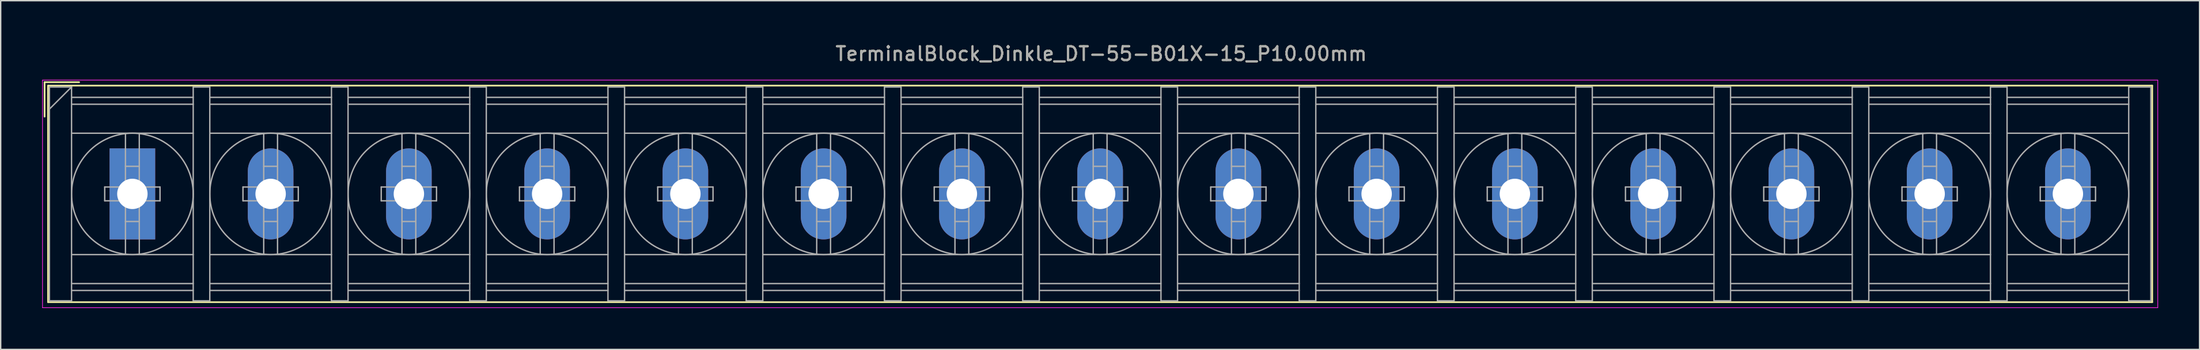
<source format=kicad_pcb>
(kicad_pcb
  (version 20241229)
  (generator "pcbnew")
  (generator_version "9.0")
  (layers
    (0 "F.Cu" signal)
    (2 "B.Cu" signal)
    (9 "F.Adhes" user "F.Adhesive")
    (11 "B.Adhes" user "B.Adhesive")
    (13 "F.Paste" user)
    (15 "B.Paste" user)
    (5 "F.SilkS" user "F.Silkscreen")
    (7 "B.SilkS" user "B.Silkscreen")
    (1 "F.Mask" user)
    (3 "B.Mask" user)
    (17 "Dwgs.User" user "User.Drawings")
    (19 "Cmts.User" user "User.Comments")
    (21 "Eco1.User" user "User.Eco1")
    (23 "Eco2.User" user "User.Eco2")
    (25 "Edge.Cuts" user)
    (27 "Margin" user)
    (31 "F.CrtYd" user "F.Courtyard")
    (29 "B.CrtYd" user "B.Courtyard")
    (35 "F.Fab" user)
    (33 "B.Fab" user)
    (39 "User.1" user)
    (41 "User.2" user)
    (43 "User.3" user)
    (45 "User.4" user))
  (footprint "TerminalBlock_Dinkle_DT-55-B01X-15_P10.00mm"
    (layer "F.Cu")
    (at 6.525 11.008)
    (property "Reference" "TerminalBlock_Dinkle_DT-55-B01X-15_P10.00mm" (at 70.08 -10.16 0) (layer "F.SilkS") (effects (font (size 1 1) (thickness 0.15))))
    (attr through_hole)
    (fp_line (start -6.35 -8.1) (end -3.85 -8.1) (stroke (width 0.12) (type solid)) (layer "F.SilkS"))
    (fp_line (start -6.35 -5.6) (end -6.35 -8.1) (stroke (width 0.12) (type solid)) (layer "F.SilkS"))
    (fp_line (start -6.1 -7.85) (end 146.1 -7.85) (stroke (width 0.12) (type solid)) (layer "F.SilkS"))
    (fp_line (start -6.1 7.85) (end -6.1 -7.85) (stroke (width 0.12) (type solid)) (layer "F.SilkS"))
    (fp_line (start -6.1 7.85) (end 146.1 7.85) (stroke (width 0.12) (type solid)) (layer "F.SilkS"))
    (fp_line (start 146.1 -7.85) (end 146.1 7.85) (stroke (width 0.12) (type solid)) (layer "F.SilkS"))
    (fp_line (start -6.5 -8.25) (end 146.5 -8.25) (stroke (width 0.05) (type solid)) (layer "F.CrtYd"))
    (fp_line (start -6.5 8.25) (end -6.5 -8.25) (stroke (width 0.05) (type solid)) (layer "F.CrtYd"))
    (fp_line (start -6.5 8.25) (end 146.5 8.25) (stroke (width 0.05) (type solid)) (layer "F.CrtYd"))
    (fp_line (start 146.5 -8.25) (end 146.5 8.25) (stroke (width 0.05) (type solid)) (layer "F.CrtYd"))
    (fp_line (start -6 -7.75) (end -6 7.75) (stroke (width 0.1) (type solid)) (layer "F.Fab"))
    (fp_line (start -6 -7.75) (end -4.4 -7.75) (stroke (width 0.1) (type solid)) (layer "F.Fab"))
    (fp_line (start -6 7.75) (end -4.4 7.75) (stroke (width 0.1) (type solid)) (layer "F.Fab"))
    (fp_line (start -4.4 -7.75) (end -6 -6.15) (stroke (width 0.1) (type solid)) (layer "F.Fab"))
    (fp_line (start -4.4 -7.75) (end -4.4 7.75) (stroke (width 0.1) (type solid)) (layer "F.Fab"))
    (fp_line (start -4.4 -7) (end 4.4 -7) (stroke (width 0.1) (type solid)) (layer "F.Fab"))
    (fp_line (start -4.4 -6.5) (end 4.4 -6.5) (stroke (width 0.1) (type solid)) (layer "F.Fab"))
    (fp_line (start -4.4 -4.4) (end 4.4 -4.4) (stroke (width 0.1) (type solid)) (layer "F.Fab"))
    (fp_line (start -4.4 4.4) (end 4.4 4.4) (stroke (width 0.1) (type solid)) (layer "F.Fab"))
    (fp_line (start -4.4 6.5) (end 4.4 6.5) (stroke (width 0.1) (type solid)) (layer "F.Fab"))
    (fp_line (start -4.4 7) (end 4.4 7) (stroke (width 0.1) (type solid)) (layer "F.Fab"))
    (fp_line (start -2 -0.5) (end -2 0.5) (stroke (width 0.1) (type solid)) (layer "F.Fab"))
    (fp_line (start -2 0.5) (end -0.5 0.5) (stroke (width 0.1) (type solid)) (layer "F.Fab"))
    (fp_line (start -0.5 -4.35) (end -0.5 -0.5) (stroke (width 0.1) (type solid)) (layer "F.Fab"))
    (fp_line (start -0.5 -2) (end 0.5 -2) (stroke (width 0.1) (type solid)) (layer "F.Fab"))
    (fp_line (start -0.5 -0.5) (end -2 -0.5) (stroke (width 0.1) (type solid)) (layer "F.Fab"))
    (fp_line (start -0.5 0.5) (end -0.5 4.35) (stroke (width 0.1) (type solid)) (layer "F.Fab"))
    (fp_line (start -0.5 2) (end 0.5 2) (stroke (width 0.1) (type solid)) (layer "F.Fab"))
    (fp_line (start 0.5 -4.35) (end 0.5 -0.5) (stroke (width 0.1) (type solid)) (layer "F.Fab"))
    (fp_line (start 0.5 -0.5) (end 2 -0.5) (stroke (width 0.1) (type solid)) (layer "F.Fab"))
    (fp_line (start 0.5 0.5) (end 0.5 4.35) (stroke (width 0.1) (type solid)) (layer "F.Fab"))
    (fp_line (start 2 -0.5) (end 2 0.5) (stroke (width 0.1) (type solid)) (layer "F.Fab"))
    (fp_line (start 2 0.5) (end 0.5 0.5) (stroke (width 0.1) (type solid)) (layer "F.Fab"))
    (fp_line (start 4.4 -7.75) (end 4.4 7.75) (stroke (width 0.1) (type solid)) (layer "F.Fab"))
    (fp_line (start 4.4 -7.75) (end 5.6 -7.75) (stroke (width 0.1) (type solid)) (layer "F.Fab"))
    (fp_line (start 4.4 7.75) (end 5.6 7.75) (stroke (width 0.1) (type solid)) (layer "F.Fab"))
    (fp_line (start 5.6 -7.75) (end 5.6 7.75) (stroke (width 0.1) (type solid)) (layer "F.Fab"))
    (fp_line (start 5.6 -7) (end 14.4 -7) (stroke (width 0.1) (type solid)) (layer "F.Fab"))
    (fp_line (start 5.6 -6.5) (end 14.4 -6.5) (stroke (width 0.1) (type solid)) (layer "F.Fab"))
    (fp_line (start 5.6 -4.4) (end 14.4 -4.4) (stroke (width 0.1) (type solid)) (layer "F.Fab"))
    (fp_line (start 5.6 4.4) (end 14.4 4.4) (stroke (width 0.1) (type solid)) (layer "F.Fab"))
    (fp_line (start 5.6 6.5) (end 14.4 6.5) (stroke (width 0.1) (type solid)) (layer "F.Fab"))
    (fp_line (start 5.6 7) (end 14.4 7) (stroke (width 0.1) (type solid)) (layer "F.Fab"))
    (fp_line (start 8 -0.5) (end 8 0.5) (stroke (width 0.1) (type solid)) (layer "F.Fab"))
    (fp_line (start 8 0.5) (end 9.5 0.5) (stroke (width 0.1) (type solid)) (layer "F.Fab"))
    (fp_line (start 9.5 -4.35) (end 9.5 -0.5) (stroke (width 0.1) (type solid)) (layer "F.Fab"))
    (fp_line (start 9.5 -2) (end 10.5 -2) (stroke (width 0.1) (type solid)) (layer "F.Fab"))
    (fp_line (start 9.5 -0.5) (end 8 -0.5) (stroke (width 0.1) (type solid)) (layer "F.Fab"))
    (fp_line (start 9.5 0.5) (end 9.5 4.35) (stroke (width 0.1) (type solid)) (layer "F.Fab"))
    (fp_line (start 9.5 2) (end 10.5 2) (stroke (width 0.1) (type solid)) (layer "F.Fab"))
    (fp_line (start 10.5 -4.35) (end 10.5 -0.5) (stroke (width 0.1) (type solid)) (layer "F.Fab"))
    (fp_line (start 10.5 -0.5) (end 12 -0.5) (stroke (width 0.1) (type solid)) (layer "F.Fab"))
    (fp_line (start 10.5 0.5) (end 10.5 4.35) (stroke (width 0.1) (type solid)) (layer "F.Fab"))
    (fp_line (start 12 -0.5) (end 12 0.5) (stroke (width 0.1) (type solid)) (layer "F.Fab"))
    (fp_line (start 12 0.5) (end 10.5 0.5) (stroke (width 0.1) (type solid)) (layer "F.Fab"))
    (fp_line (start 14.4 -7.75) (end 14.4 7.75) (stroke (width 0.1) (type solid)) (layer "F.Fab"))
    (fp_line (start 14.4 -7.75) (end 15.6 -7.75) (stroke (width 0.1) (type solid)) (layer "F.Fab"))
    (fp_line (start 14.4 7.75) (end 15.6 7.75) (stroke (width 0.1) (type solid)) (layer "F.Fab"))
    (fp_line (start 15.6 -7.75) (end 15.6 7.75) (stroke (width 0.1) (type solid)) (layer "F.Fab"))
    (fp_line (start 15.6 -7) (end 24.4 -7) (stroke (width 0.1) (type solid)) (layer "F.Fab"))
    (fp_line (start 15.6 -6.5) (end 24.4 -6.5) (stroke (width 0.1) (type solid)) (layer "F.Fab"))
    (fp_line (start 15.6 -4.4) (end 24.4 -4.4) (stroke (width 0.1) (type solid)) (layer "F.Fab"))
    (fp_line (start 15.6 4.4) (end 24.4 4.4) (stroke (width 0.1) (type solid)) (layer "F.Fab"))
    (fp_line (start 15.6 6.5) (end 24.4 6.5) (stroke (width 0.1) (type solid)) (layer "F.Fab"))
    (fp_line (start 15.6 7) (end 24.4 7) (stroke (width 0.1) (type solid)) (layer "F.Fab"))
    (fp_line (start 18 -0.5) (end 18 0.5) (stroke (width 0.1) (type solid)) (layer "F.Fab"))
    (fp_line (start 18 0.5) (end 19.5 0.5) (stroke (width 0.1) (type solid)) (layer "F.Fab"))
    (fp_line (start 19.5 -4.35) (end 19.5 -0.5) (stroke (width 0.1) (type solid)) (layer "F.Fab"))
    (fp_line (start 19.5 -2) (end 20.5 -2) (stroke (width 0.1) (type solid)) (layer "F.Fab"))
    (fp_line (start 19.5 -0.5) (end 18 -0.5) (stroke (width 0.1) (type solid)) (layer "F.Fab"))
    (fp_line (start 19.5 0.5) (end 19.5 4.35) (stroke (width 0.1) (type solid)) (layer "F.Fab"))
    (fp_line (start 19.5 2) (end 20.5 2) (stroke (width 0.1) (type solid)) (layer "F.Fab"))
    (fp_line (start 20.5 -4.35) (end 20.5 -0.5) (stroke (width 0.1) (type solid)) (layer "F.Fab"))
    (fp_line (start 20.5 -0.5) (end 22 -0.5) (stroke (width 0.1) (type solid)) (layer "F.Fab"))
    (fp_line (start 20.5 0.5) (end 20.5 4.35) (stroke (width 0.1) (type solid)) (layer "F.Fab"))
    (fp_line (start 22 -0.5) (end 22 0.5) (stroke (width 0.1) (type solid)) (layer "F.Fab"))
    (fp_line (start 22 0.5) (end 20.5 0.5) (stroke (width 0.1) (type solid)) (layer "F.Fab"))
    (fp_line (start 24.4 -7.75) (end 24.4 7.75) (stroke (width 0.1) (type solid)) (layer "F.Fab"))
    (fp_line (start 24.4 -7.75) (end 25.6 -7.75) (stroke (width 0.1) (type solid)) (layer "F.Fab"))
    (fp_line (start 24.4 7.75) (end 25.6 7.75) (stroke (width 0.1) (type solid)) (layer "F.Fab"))
    (fp_line (start 25.6 -7.75) (end 25.6 7.75) (stroke (width 0.1) (type solid)) (layer "F.Fab"))
    (fp_line (start 25.6 -7) (end 34.4 -7) (stroke (width 0.1) (type solid)) (layer "F.Fab"))
    (fp_line (start 25.6 -6.5) (end 34.4 -6.5) (stroke (width 0.1) (type solid)) (layer "F.Fab"))
    (fp_line (start 25.6 -4.4) (end 34.4 -4.4) (stroke (width 0.1) (type solid)) (layer "F.Fab"))
    (fp_line (start 25.6 4.4) (end 34.4 4.4) (stroke (width 0.1) (type solid)) (layer "F.Fab"))
    (fp_line (start 25.6 6.5) (end 34.4 6.5) (stroke (width 0.1) (type solid)) (layer "F.Fab"))
    (fp_line (start 25.6 7) (end 34.4 7) (stroke (width 0.1) (type solid)) (layer "F.Fab"))
    (fp_line (start 28 -0.5) (end 28 0.5) (stroke (width 0.1) (type solid)) (layer "F.Fab"))
    (fp_line (start 28 0.5) (end 29.5 0.5) (stroke (width 0.1) (type solid)) (layer "F.Fab"))
    (fp_line (start 29.5 -4.35) (end 29.5 -0.5) (stroke (width 0.1) (type solid)) (layer "F.Fab"))
    (fp_line (start 29.5 -2) (end 30.5 -2) (stroke (width 0.1) (type solid)) (layer "F.Fab"))
    (fp_line (start 29.5 -0.5) (end 28 -0.5) (stroke (width 0.1) (type solid)) (layer "F.Fab"))
    (fp_line (start 29.5 0.5) (end 29.5 4.35) (stroke (width 0.1) (type solid)) (layer "F.Fab"))
    (fp_line (start 29.5 2) (end 30.5 2) (stroke (width 0.1) (type solid)) (layer "F.Fab"))
    (fp_line (start 30.5 -4.35) (end 30.5 -0.5) (stroke (width 0.1) (type solid)) (layer "F.Fab"))
    (fp_line (start 30.5 -0.5) (end 32 -0.5) (stroke (width 0.1) (type solid)) (layer "F.Fab"))
    (fp_line (start 30.5 0.5) (end 30.5 4.35) (stroke (width 0.1) (type solid)) (layer "F.Fab"))
    (fp_line (start 32 -0.5) (end 32 0.5) (stroke (width 0.1) (type solid)) (layer "F.Fab"))
    (fp_line (start 32 0.5) (end 30.5 0.5) (stroke (width 0.1) (type solid)) (layer "F.Fab"))
    (fp_line (start 34.4 -7.75) (end 34.4 7.75) (stroke (width 0.1) (type solid)) (layer "F.Fab"))
    (fp_line (start 34.4 -7.75) (end 35.6 -7.75) (stroke (width 0.1) (type solid)) (layer "F.Fab"))
    (fp_line (start 34.4 7.75) (end 35.6 7.75) (stroke (width 0.1) (type solid)) (layer "F.Fab"))
    (fp_line (start 35.6 -7.75) (end 35.6 7.75) (stroke (width 0.1) (type solid)) (layer "F.Fab"))
    (fp_line (start 35.6 -7) (end 44.4 -7) (stroke (width 0.1) (type solid)) (layer "F.Fab"))
    (fp_line (start 35.6 -6.5) (end 44.4 -6.5) (stroke (width 0.1) (type solid)) (layer "F.Fab"))
    (fp_line (start 35.6 -4.4) (end 44.4 -4.4) (stroke (width 0.1) (type solid)) (layer "F.Fab"))
    (fp_line (start 35.6 4.4) (end 44.4 4.4) (stroke (width 0.1) (type solid)) (layer "F.Fab"))
    (fp_line (start 35.6 6.5) (end 44.4 6.5) (stroke (width 0.1) (type solid)) (layer "F.Fab"))
    (fp_line (start 35.6 7) (end 44.4 7) (stroke (width 0.1) (type solid)) (layer "F.Fab"))
    (fp_line (start 38 -0.5) (end 38 0.5) (stroke (width 0.1) (type solid)) (layer "F.Fab"))
    (fp_line (start 38 0.5) (end 39.5 0.5) (stroke (width 0.1) (type solid)) (layer "F.Fab"))
    (fp_line (start 39.5 -4.35) (end 39.5 -0.5) (stroke (width 0.1) (type solid)) (layer "F.Fab"))
    (fp_line (start 39.5 -2) (end 40.5 -2) (stroke (width 0.1) (type solid)) (layer "F.Fab"))
    (fp_line (start 39.5 -0.5) (end 38 -0.5) (stroke (width 0.1) (type solid)) (layer "F.Fab"))
    (fp_line (start 39.5 0.5) (end 39.5 4.35) (stroke (width 0.1) (type solid)) (layer "F.Fab"))
    (fp_line (start 39.5 2) (end 40.5 2) (stroke (width 0.1) (type solid)) (layer "F.Fab"))
    (fp_line (start 40.5 -4.35) (end 40.5 -0.5) (stroke (width 0.1) (type solid)) (layer "F.Fab"))
    (fp_line (start 40.5 -0.5) (end 42 -0.5) (stroke (width 0.1) (type solid)) (layer "F.Fab"))
    (fp_line (start 40.5 0.5) (end 40.5 4.35) (stroke (width 0.1) (type solid)) (layer "F.Fab"))
    (fp_line (start 42 -0.5) (end 42 0.5) (stroke (width 0.1) (type solid)) (layer "F.Fab"))
    (fp_line (start 42 0.5) (end 40.5 0.5) (stroke (width 0.1) (type solid)) (layer "F.Fab"))
    (fp_line (start 44.4 -7.75) (end 44.4 7.75) (stroke (width 0.1) (type solid)) (layer "F.Fab"))
    (fp_line (start 44.4 -7.75) (end 45.6 -7.75) (stroke (width 0.1) (type solid)) (layer "F.Fab"))
    (fp_line (start 44.4 7.75) (end 45.6 7.75) (stroke (width 0.1) (type solid)) (layer "F.Fab"))
    (fp_line (start 45.6 -7.75) (end 45.6 7.75) (stroke (width 0.1) (type solid)) (layer "F.Fab"))
    (fp_line (start 45.6 -7) (end 54.4 -7) (stroke (width 0.1) (type solid)) (layer "F.Fab"))
    (fp_line (start 45.6 -6.5) (end 54.4 -6.5) (stroke (width 0.1) (type solid)) (layer "F.Fab"))
    (fp_line (start 45.6 -4.4) (end 54.4 -4.4) (stroke (width 0.1) (type solid)) (layer "F.Fab"))
    (fp_line (start 45.6 4.4) (end 54.4 4.4) (stroke (width 0.1) (type solid)) (layer "F.Fab"))
    (fp_line (start 45.6 6.5) (end 54.4 6.5) (stroke (width 0.1) (type solid)) (layer "F.Fab"))
    (fp_line (start 45.6 7) (end 54.4 7) (stroke (width 0.1) (type solid)) (layer "F.Fab"))
    (fp_line (start 48 -0.5) (end 48 0.5) (stroke (width 0.1) (type solid)) (layer "F.Fab"))
    (fp_line (start 48 0.5) (end 49.5 0.5) (stroke (width 0.1) (type solid)) (layer "F.Fab"))
    (fp_line (start 49.5 -4.35) (end 49.5 -0.5) (stroke (width 0.1) (type solid)) (layer "F.Fab"))
    (fp_line (start 49.5 -2) (end 50.5 -2) (stroke (width 0.1) (type solid)) (layer "F.Fab"))
    (fp_line (start 49.5 -0.5) (end 48 -0.5) (stroke (width 0.1) (type solid)) (layer "F.Fab"))
    (fp_line (start 49.5 0.5) (end 49.5 4.35) (stroke (width 0.1) (type solid)) (layer "F.Fab"))
    (fp_line (start 49.5 2) (end 50.5 2) (stroke (width 0.1) (type solid)) (layer "F.Fab"))
    (fp_line (start 50.5 -4.35) (end 50.5 -0.5) (stroke (width 0.1) (type solid)) (layer "F.Fab"))
    (fp_line (start 50.5 -0.5) (end 52 -0.5) (stroke (width 0.1) (type solid)) (layer "F.Fab"))
    (fp_line (start 50.5 0.5) (end 50.5 4.35) (stroke (width 0.1) (type solid)) (layer "F.Fab"))
    (fp_line (start 52 -0.5) (end 52 0.5) (stroke (width 0.1) (type solid)) (layer "F.Fab"))
    (fp_line (start 52 0.5) (end 50.5 0.5) (stroke (width 0.1) (type solid)) (layer "F.Fab"))
    (fp_line (start 54.4 -7.75) (end 54.4 7.75) (stroke (width 0.1) (type solid)) (layer "F.Fab"))
    (fp_line (start 54.4 -7.75) (end 55.6 -7.75) (stroke (width 0.1) (type solid)) (layer "F.Fab"))
    (fp_line (start 54.4 7.75) (end 55.6 7.75) (stroke (width 0.1) (type solid)) (layer "F.Fab"))
    (fp_line (start 55.6 -7.75) (end 55.6 7.75) (stroke (width 0.1) (type solid)) (layer "F.Fab"))
    (fp_line (start 55.6 -7) (end 64.4 -7) (stroke (width 0.1) (type solid)) (layer "F.Fab"))
    (fp_line (start 55.6 -6.5) (end 64.4 -6.5) (stroke (width 0.1) (type solid)) (layer "F.Fab"))
    (fp_line (start 55.6 -4.4) (end 64.4 -4.4) (stroke (width 0.1) (type solid)) (layer "F.Fab"))
    (fp_line (start 55.6 4.4) (end 64.4 4.4) (stroke (width 0.1) (type solid)) (layer "F.Fab"))
    (fp_line (start 55.6 6.5) (end 64.4 6.5) (stroke (width 0.1) (type solid)) (layer "F.Fab"))
    (fp_line (start 55.6 7) (end 64.4 7) (stroke (width 0.1) (type solid)) (layer "F.Fab"))
    (fp_line (start 58 -0.5) (end 58 0.5) (stroke (width 0.1) (type solid)) (layer "F.Fab"))
    (fp_line (start 58 0.5) (end 59.5 0.5) (stroke (width 0.1) (type solid)) (layer "F.Fab"))
    (fp_line (start 59.5 -4.35) (end 59.5 -0.5) (stroke (width 0.1) (type solid)) (layer "F.Fab"))
    (fp_line (start 59.5 -2) (end 60.5 -2) (stroke (width 0.1) (type solid)) (layer "F.Fab"))
    (fp_line (start 59.5 -0.5) (end 58 -0.5) (stroke (width 0.1) (type solid)) (layer "F.Fab"))
    (fp_line (start 59.5 0.5) (end 59.5 4.35) (stroke (width 0.1) (type solid)) (layer "F.Fab"))
    (fp_line (start 59.5 2) (end 60.5 2) (stroke (width 0.1) (type solid)) (layer "F.Fab"))
    (fp_line (start 60.5 -4.35) (end 60.5 -0.5) (stroke (width 0.1) (type solid)) (layer "F.Fab"))
    (fp_line (start 60.5 -0.5) (end 62 -0.5) (stroke (width 0.1) (type solid)) (layer "F.Fab"))
    (fp_line (start 60.5 0.5) (end 60.5 4.35) (stroke (width 0.1) (type solid)) (layer "F.Fab"))
    (fp_line (start 62 -0.5) (end 62 0.5) (stroke (width 0.1) (type solid)) (layer "F.Fab"))
    (fp_line (start 62 0.5) (end 60.5 0.5) (stroke (width 0.1) (type solid)) (layer "F.Fab"))
    (fp_line (start 64.4 -7.75) (end 64.4 7.75) (stroke (width 0.1) (type solid)) (layer "F.Fab"))
    (fp_line (start 64.4 -7.75) (end 65.6 -7.75) (stroke (width 0.1) (type solid)) (layer "F.Fab"))
    (fp_line (start 64.4 7.75) (end 65.6 7.75) (stroke (width 0.1) (type solid)) (layer "F.Fab"))
    (fp_line (start 65.6 -7.75) (end 65.6 7.75) (stroke (width 0.1) (type solid)) (layer "F.Fab"))
    (fp_line (start 65.6 -7) (end 74.4 -7) (stroke (width 0.1) (type solid)) (layer "F.Fab"))
    (fp_line (start 65.6 -6.5) (end 74.4 -6.5) (stroke (width 0.1) (type solid)) (layer "F.Fab"))
    (fp_line (start 65.6 -4.4) (end 74.4 -4.4) (stroke (width 0.1) (type solid)) (layer "F.Fab"))
    (fp_line (start 65.6 4.4) (end 74.4 4.4) (stroke (width 0.1) (type solid)) (layer "F.Fab"))
    (fp_line (start 65.6 6.5) (end 74.4 6.5) (stroke (width 0.1) (type solid)) (layer "F.Fab"))
    (fp_line (start 65.6 7) (end 74.4 7) (stroke (width 0.1) (type solid)) (layer "F.Fab"))
    (fp_line (start 68 -0.5) (end 68 0.5) (stroke (width 0.1) (type solid)) (layer "F.Fab"))
    (fp_line (start 68 0.5) (end 69.5 0.5) (stroke (width 0.1) (type solid)) (layer "F.Fab"))
    (fp_line (start 69.5 -4.35) (end 69.5 -0.5) (stroke (width 0.1) (type solid)) (layer "F.Fab"))
    (fp_line (start 69.5 -2) (end 70.5 -2) (stroke (width 0.1) (type solid)) (layer "F.Fab"))
    (fp_line (start 69.5 -0.5) (end 68 -0.5) (stroke (width 0.1) (type solid)) (layer "F.Fab"))
    (fp_line (start 69.5 0.5) (end 69.5 4.35) (stroke (width 0.1) (type solid)) (layer "F.Fab"))
    (fp_line (start 69.5 2) (end 70.5 2) (stroke (width 0.1) (type solid)) (layer "F.Fab"))
    (fp_line (start 70.5 -4.35) (end 70.5 -0.5) (stroke (width 0.1) (type solid)) (layer "F.Fab"))
    (fp_line (start 70.5 -0.5) (end 72 -0.5) (stroke (width 0.1) (type solid)) (layer "F.Fab"))
    (fp_line (start 70.5 0.5) (end 70.5 4.35) (stroke (width 0.1) (type solid)) (layer "F.Fab"))
    (fp_line (start 72 -0.5) (end 72 0.5) (stroke (width 0.1) (type solid)) (layer "F.Fab"))
    (fp_line (start 72 0.5) (end 70.5 0.5) (stroke (width 0.1) (type solid)) (layer "F.Fab"))
    (fp_line (start 74.4 -7.75) (end 74.4 7.75) (stroke (width 0.1) (type solid)) (layer "F.Fab"))
    (fp_line (start 74.4 -7.75) (end 75.6 -7.75) (stroke (width 0.1) (type solid)) (layer "F.Fab"))
    (fp_line (start 74.4 7.75) (end 75.6 7.75) (stroke (width 0.1) (type solid)) (layer "F.Fab"))
    (fp_line (start 75.6 -7.75) (end 75.6 7.75) (stroke (width 0.1) (type solid)) (layer "F.Fab"))
    (fp_line (start 75.6 -7) (end 84.4 -7) (stroke (width 0.1) (type solid)) (layer "F.Fab"))
    (fp_line (start 75.6 -6.5) (end 84.4 -6.5) (stroke (width 0.1) (type solid)) (layer "F.Fab"))
    (fp_line (start 75.6 -4.4) (end 84.4 -4.4) (stroke (width 0.1) (type solid)) (layer "F.Fab"))
    (fp_line (start 75.6 4.4) (end 84.4 4.4) (stroke (width 0.1) (type solid)) (layer "F.Fab"))
    (fp_line (start 75.6 6.5) (end 84.4 6.5) (stroke (width 0.1) (type solid)) (layer "F.Fab"))
    (fp_line (start 75.6 7) (end 84.4 7) (stroke (width 0.1) (type solid)) (layer "F.Fab"))
    (fp_line (start 78 -0.5) (end 78 0.5) (stroke (width 0.1) (type solid)) (layer "F.Fab"))
    (fp_line (start 78 0.5) (end 79.5 0.5) (stroke (width 0.1) (type solid)) (layer "F.Fab"))
    (fp_line (start 79.5 -4.35) (end 79.5 -0.5) (stroke (width 0.1) (type solid)) (layer "F.Fab"))
    (fp_line (start 79.5 -2) (end 80.5 -2) (stroke (width 0.1) (type solid)) (layer "F.Fab"))
    (fp_line (start 79.5 -0.5) (end 78 -0.5) (stroke (width 0.1) (type solid)) (layer "F.Fab"))
    (fp_line (start 79.5 0.5) (end 79.5 4.35) (stroke (width 0.1) (type solid)) (layer "F.Fab"))
    (fp_line (start 79.5 2) (end 80.5 2) (stroke (width 0.1) (type solid)) (layer "F.Fab"))
    (fp_line (start 80.5 -4.35) (end 80.5 -0.5) (stroke (width 0.1) (type solid)) (layer "F.Fab"))
    (fp_line (start 80.5 -0.5) (end 82 -0.5) (stroke (width 0.1) (type solid)) (layer "F.Fab"))
    (fp_line (start 80.5 0.5) (end 80.5 4.35) (stroke (width 0.1) (type solid)) (layer "F.Fab"))
    (fp_line (start 82 -0.5) (end 82 0.5) (stroke (width 0.1) (type solid)) (layer "F.Fab"))
    (fp_line (start 82 0.5) (end 80.5 0.5) (stroke (width 0.1) (type solid)) (layer "F.Fab"))
    (fp_line (start 84.4 -7.75) (end 84.4 7.75) (stroke (width 0.1) (type solid)) (layer "F.Fab"))
    (fp_line (start 84.4 -7.75) (end 85.6 -7.75) (stroke (width 0.1) (type solid)) (layer "F.Fab"))
    (fp_line (start 84.4 7.75) (end 85.6 7.75) (stroke (width 0.1) (type solid)) (layer "F.Fab"))
    (fp_line (start 85.6 -7.75) (end 85.6 7.75) (stroke (width 0.1) (type solid)) (layer "F.Fab"))
    (fp_line (start 85.6 -7) (end 94.4 -7) (stroke (width 0.1) (type solid)) (layer "F.Fab"))
    (fp_line (start 85.6 -6.5) (end 94.4 -6.5) (stroke (width 0.1) (type solid)) (layer "F.Fab"))
    (fp_line (start 85.6 -4.4) (end 94.4 -4.4) (stroke (width 0.1) (type solid)) (layer "F.Fab"))
    (fp_line (start 85.6 4.4) (end 94.4 4.4) (stroke (width 0.1) (type solid)) (layer "F.Fab"))
    (fp_line (start 85.6 6.5) (end 94.4 6.5) (stroke (width 0.1) (type solid)) (layer "F.Fab"))
    (fp_line (start 85.6 7) (end 94.4 7) (stroke (width 0.1) (type solid)) (layer "F.Fab"))
    (fp_line (start 88 -0.5) (end 88 0.5) (stroke (width 0.1) (type solid)) (layer "F.Fab"))
    (fp_line (start 88 0.5) (end 89.5 0.5) (stroke (width 0.1) (type solid)) (layer "F.Fab"))
    (fp_line (start 89.5 -4.35) (end 89.5 -0.5) (stroke (width 0.1) (type solid)) (layer "F.Fab"))
    (fp_line (start 89.5 -2) (end 90.5 -2) (stroke (width 0.1) (type solid)) (layer "F.Fab"))
    (fp_line (start 89.5 -0.5) (end 88 -0.5) (stroke (width 0.1) (type solid)) (layer "F.Fab"))
    (fp_line (start 89.5 0.5) (end 89.5 4.35) (stroke (width 0.1) (type solid)) (layer "F.Fab"))
    (fp_line (start 89.5 2) (end 90.5 2) (stroke (width 0.1) (type solid)) (layer "F.Fab"))
    (fp_line (start 90.5 -4.35) (end 90.5 -0.5) (stroke (width 0.1) (type solid)) (layer "F.Fab"))
    (fp_line (start 90.5 -0.5) (end 92 -0.5) (stroke (width 0.1) (type solid)) (layer "F.Fab"))
    (fp_line (start 90.5 0.5) (end 90.5 4.35) (stroke (width 0.1) (type solid)) (layer "F.Fab"))
    (fp_line (start 92 -0.5) (end 92 0.5) (stroke (width 0.1) (type solid)) (layer "F.Fab"))
    (fp_line (start 92 0.5) (end 90.5 0.5) (stroke (width 0.1) (type solid)) (layer "F.Fab"))
    (fp_line (start 94.4 -7.75) (end 94.4 7.75) (stroke (width 0.1) (type solid)) (layer "F.Fab"))
    (fp_line (start 94.4 -7.75) (end 95.6 -7.75) (stroke (width 0.1) (type solid)) (layer "F.Fab"))
    (fp_line (start 94.4 7.75) (end 95.6 7.75) (stroke (width 0.1) (type solid)) (layer "F.Fab"))
    (fp_line (start 95.6 -7.75) (end 95.6 7.75) (stroke (width 0.1) (type solid)) (layer "F.Fab"))
    (fp_line (start 95.6 -7) (end 104.4 -7) (stroke (width 0.1) (type solid)) (layer "F.Fab"))
    (fp_line (start 95.6 -6.5) (end 104.4 -6.5) (stroke (width 0.1) (type solid)) (layer "F.Fab"))
    (fp_line (start 95.6 -4.4) (end 104.4 -4.4) (stroke (width 0.1) (type solid)) (layer "F.Fab"))
    (fp_line (start 95.6 4.4) (end 104.4 4.4) (stroke (width 0.1) (type solid)) (layer "F.Fab"))
    (fp_line (start 95.6 6.5) (end 104.4 6.5) (stroke (width 0.1) (type solid)) (layer "F.Fab"))
    (fp_line (start 95.6 7) (end 104.4 7) (stroke (width 0.1) (type solid)) (layer "F.Fab"))
    (fp_line (start 98 -0.5) (end 98 0.5) (stroke (width 0.1) (type solid)) (layer "F.Fab"))
    (fp_line (start 98 0.5) (end 99.5 0.5) (stroke (width 0.1) (type solid)) (layer "F.Fab"))
    (fp_line (start 99.5 -4.35) (end 99.5 -0.5) (stroke (width 0.1) (type solid)) (layer "F.Fab"))
    (fp_line (start 99.5 -2) (end 100.5 -2) (stroke (width 0.1) (type solid)) (layer "F.Fab"))
    (fp_line (start 99.5 -0.5) (end 98 -0.5) (stroke (width 0.1) (type solid)) (layer "F.Fab"))
    (fp_line (start 99.5 0.5) (end 99.5 4.35) (stroke (width 0.1) (type solid)) (layer "F.Fab"))
    (fp_line (start 99.5 2) (end 100.5 2) (stroke (width 0.1) (type solid)) (layer "F.Fab"))
    (fp_line (start 100.5 -4.35) (end 100.5 -0.5) (stroke (width 0.1) (type solid)) (layer "F.Fab"))
    (fp_line (start 100.5 -0.5) (end 102 -0.5) (stroke (width 0.1) (type solid)) (layer "F.Fab"))
    (fp_line (start 100.5 0.5) (end 100.5 4.35) (stroke (width 0.1) (type solid)) (layer "F.Fab"))
    (fp_line (start 102 -0.5) (end 102 0.5) (stroke (width 0.1) (type solid)) (layer "F.Fab"))
    (fp_line (start 102 0.5) (end 100.5 0.5) (stroke (width 0.1) (type solid)) (layer "F.Fab"))
    (fp_line (start 104.4 -7.75) (end 104.4 7.75) (stroke (width 0.1) (type solid)) (layer "F.Fab"))
    (fp_line (start 104.4 -7.75) (end 105.6 -7.75) (stroke (width 0.1) (type solid)) (layer "F.Fab"))
    (fp_line (start 104.4 7.75) (end 105.6 7.75) (stroke (width 0.1) (type solid)) (layer "F.Fab"))
    (fp_line (start 105.6 -7.75) (end 105.6 7.75) (stroke (width 0.1) (type solid)) (layer "F.Fab"))
    (fp_line (start 105.6 -7) (end 114.4 -7) (stroke (width 0.1) (type solid)) (layer "F.Fab"))
    (fp_line (start 105.6 -6.5) (end 114.4 -6.5) (stroke (width 0.1) (type solid)) (layer "F.Fab"))
    (fp_line (start 105.6 -4.4) (end 114.4 -4.4) (stroke (width 0.1) (type solid)) (layer "F.Fab"))
    (fp_line (start 105.6 4.4) (end 114.4 4.4) (stroke (width 0.1) (type solid)) (layer "F.Fab"))
    (fp_line (start 105.6 6.5) (end 114.4 6.5) (stroke (width 0.1) (type solid)) (layer "F.Fab"))
    (fp_line (start 105.6 7) (end 114.4 7) (stroke (width 0.1) (type solid)) (layer "F.Fab"))
    (fp_line (start 108 -0.5) (end 108 0.5) (stroke (width 0.1) (type solid)) (layer "F.Fab"))
    (fp_line (start 108 0.5) (end 109.5 0.5) (stroke (width 0.1) (type solid)) (layer "F.Fab"))
    (fp_line (start 109.5 -4.35) (end 109.5 -0.5) (stroke (width 0.1) (type solid)) (layer "F.Fab"))
    (fp_line (start 109.5 -2) (end 110.5 -2) (stroke (width 0.1) (type solid)) (layer "F.Fab"))
    (fp_line (start 109.5 -0.5) (end 108 -0.5) (stroke (width 0.1) (type solid)) (layer "F.Fab"))
    (fp_line (start 109.5 0.5) (end 109.5 4.35) (stroke (width 0.1) (type solid)) (layer "F.Fab"))
    (fp_line (start 109.5 2) (end 110.5 2) (stroke (width 0.1) (type solid)) (layer "F.Fab"))
    (fp_line (start 110.5 -4.35) (end 110.5 -0.5) (stroke (width 0.1) (type solid)) (layer "F.Fab"))
    (fp_line (start 110.5 -0.5) (end 112 -0.5) (stroke (width 0.1) (type solid)) (layer "F.Fab"))
    (fp_line (start 110.5 0.5) (end 110.5 4.35) (stroke (width 0.1) (type solid)) (layer "F.Fab"))
    (fp_line (start 112 -0.5) (end 112 0.5) (stroke (width 0.1) (type solid)) (layer "F.Fab"))
    (fp_line (start 112 0.5) (end 110.5 0.5) (stroke (width 0.1) (type solid)) (layer "F.Fab"))
    (fp_line (start 114.4 -7.75) (end 114.4 7.75) (stroke (width 0.1) (type solid)) (layer "F.Fab"))
    (fp_line (start 114.4 -7.75) (end 115.6 -7.75) (stroke (width 0.1) (type solid)) (layer "F.Fab"))
    (fp_line (start 114.4 7.75) (end 115.6 7.75) (stroke (width 0.1) (type solid)) (layer "F.Fab"))
    (fp_line (start 115.6 -7.75) (end 115.6 7.75) (stroke (width 0.1) (type solid)) (layer "F.Fab"))
    (fp_line (start 115.6 -7) (end 124.4 -7) (stroke (width 0.1) (type solid)) (layer "F.Fab"))
    (fp_line (start 115.6 -6.5) (end 124.4 -6.5) (stroke (width 0.1) (type solid)) (layer "F.Fab"))
    (fp_line (start 115.6 -4.4) (end 124.4 -4.4) (stroke (width 0.1) (type solid)) (layer "F.Fab"))
    (fp_line (start 115.6 4.4) (end 124.4 4.4) (stroke (width 0.1) (type solid)) (layer "F.Fab"))
    (fp_line (start 115.6 6.5) (end 124.4 6.5) (stroke (width 0.1) (type solid)) (layer "F.Fab"))
    (fp_line (start 115.6 7) (end 124.4 7) (stroke (width 0.1) (type solid)) (layer "F.Fab"))
    (fp_line (start 118 -0.5) (end 118 0.5) (stroke (width 0.1) (type solid)) (layer "F.Fab"))
    (fp_line (start 118 0.5) (end 119.5 0.5) (stroke (width 0.1) (type solid)) (layer "F.Fab"))
    (fp_line (start 119.5 -4.35) (end 119.5 -0.5) (stroke (width 0.1) (type solid)) (layer "F.Fab"))
    (fp_line (start 119.5 -2) (end 120.5 -2) (stroke (width 0.1) (type solid)) (layer "F.Fab"))
    (fp_line (start 119.5 -0.5) (end 118 -0.5) (stroke (width 0.1) (type solid)) (layer "F.Fab"))
    (fp_line (start 119.5 0.5) (end 119.5 4.35) (stroke (width 0.1) (type solid)) (layer "F.Fab"))
    (fp_line (start 119.5 2) (end 120.5 2) (stroke (width 0.1) (type solid)) (layer "F.Fab"))
    (fp_line (start 120.5 -4.35) (end 120.5 -0.5) (stroke (width 0.1) (type solid)) (layer "F.Fab"))
    (fp_line (start 120.5 -0.5) (end 122 -0.5) (stroke (width 0.1) (type solid)) (layer "F.Fab"))
    (fp_line (start 120.5 0.5) (end 120.5 4.35) (stroke (width 0.1) (type solid)) (layer "F.Fab"))
    (fp_line (start 122 -0.5) (end 122 0.5) (stroke (width 0.1) (type solid)) (layer "F.Fab"))
    (fp_line (start 122 0.5) (end 120.5 0.5) (stroke (width 0.1) (type solid)) (layer "F.Fab"))
    (fp_line (start 124.4 -7.75) (end 124.4 7.75) (stroke (width 0.1) (type solid)) (layer "F.Fab"))
    (fp_line (start 124.4 -7.75) (end 125.6 -7.75) (stroke (width 0.1) (type solid)) (layer "F.Fab"))
    (fp_line (start 124.4 7.75) (end 125.6 7.75) (stroke (width 0.1) (type solid)) (layer "F.Fab"))
    (fp_line (start 125.6 -7.75) (end 125.6 7.75) (stroke (width 0.1) (type solid)) (layer "F.Fab"))
    (fp_line (start 125.6 -7) (end 134.4 -7) (stroke (width 0.1) (type solid)) (layer "F.Fab"))
    (fp_line (start 125.6 -6.5) (end 134.4 -6.5) (stroke (width 0.1) (type solid)) (layer "F.Fab"))
    (fp_line (start 125.6 -4.4) (end 134.4 -4.4) (stroke (width 0.1) (type solid)) (layer "F.Fab"))
    (fp_line (start 125.6 4.4) (end 134.4 4.4) (stroke (width 0.1) (type solid)) (layer "F.Fab"))
    (fp_line (start 125.6 6.5) (end 134.4 6.5) (stroke (width 0.1) (type solid)) (layer "F.Fab"))
    (fp_line (start 125.6 7) (end 134.4 7) (stroke (width 0.1) (type solid)) (layer "F.Fab"))
    (fp_line (start 128 -0.5) (end 128 0.5) (stroke (width 0.1) (type solid)) (layer "F.Fab"))
    (fp_line (start 128 0.5) (end 129.5 0.5) (stroke (width 0.1) (type solid)) (layer "F.Fab"))
    (fp_line (start 129.5 -4.35) (end 129.5 -0.5) (stroke (width 0.1) (type solid)) (layer "F.Fab"))
    (fp_line (start 129.5 -2) (end 130.5 -2) (stroke (width 0.1) (type solid)) (layer "F.Fab"))
    (fp_line (start 129.5 -0.5) (end 128 -0.5) (stroke (width 0.1) (type solid)) (layer "F.Fab"))
    (fp_line (start 129.5 0.5) (end 129.5 4.35) (stroke (width 0.1) (type solid)) (layer "F.Fab"))
    (fp_line (start 129.5 2) (end 130.5 2) (stroke (width 0.1) (type solid)) (layer "F.Fab"))
    (fp_line (start 130.5 -4.35) (end 130.5 -0.5) (stroke (width 0.1) (type solid)) (layer "F.Fab"))
    (fp_line (start 130.5 -0.5) (end 132 -0.5) (stroke (width 0.1) (type solid)) (layer "F.Fab"))
    (fp_line (start 130.5 0.5) (end 130.5 4.35) (stroke (width 0.1) (type solid)) (layer "F.Fab"))
    (fp_line (start 132 -0.5) (end 132 0.5) (stroke (width 0.1) (type solid)) (layer "F.Fab"))
    (fp_line (start 132 0.5) (end 130.5 0.5) (stroke (width 0.1) (type solid)) (layer "F.Fab"))
    (fp_line (start 134.4 -7.75) (end 134.4 7.75) (stroke (width 0.1) (type solid)) (layer "F.Fab"))
    (fp_line (start 134.4 -7.75) (end 135.6 -7.75) (stroke (width 0.1) (type solid)) (layer "F.Fab"))
    (fp_line (start 134.4 7.75) (end 135.6 7.75) (stroke (width 0.1) (type solid)) (layer "F.Fab"))
    (fp_line (start 135.6 -7.75) (end 135.6 7.75) (stroke (width 0.1) (type solid)) (layer "F.Fab"))
    (fp_line (start 135.6 -7) (end 144.4 -7) (stroke (width 0.1) (type solid)) (layer "F.Fab"))
    (fp_line (start 135.6 -6.5) (end 144.4 -6.5) (stroke (width 0.1) (type solid)) (layer "F.Fab"))
    (fp_line (start 135.6 -4.4) (end 144.4 -4.4) (stroke (width 0.1) (type solid)) (layer "F.Fab"))
    (fp_line (start 135.6 4.4) (end 144.4 4.4) (stroke (width 0.1) (type solid)) (layer "F.Fab"))
    (fp_line (start 135.6 6.5) (end 144.4 6.5) (stroke (width 0.1) (type solid)) (layer "F.Fab"))
    (fp_line (start 135.6 7) (end 144.4 7) (stroke (width 0.1) (type solid)) (layer "F.Fab"))
    (fp_line (start 138 -0.5) (end 138 0.5) (stroke (width 0.1) (type solid)) (layer "F.Fab"))
    (fp_line (start 138 0.5) (end 139.5 0.5) (stroke (width 0.1) (type solid)) (layer "F.Fab"))
    (fp_line (start 139.5 -4.35) (end 139.5 -0.5) (stroke (width 0.1) (type solid)) (layer "F.Fab"))
    (fp_line (start 139.5 -2) (end 140.5 -2) (stroke (width 0.1) (type solid)) (layer "F.Fab"))
    (fp_line (start 139.5 -0.5) (end 138 -0.5) (stroke (width 0.1) (type solid)) (layer "F.Fab"))
    (fp_line (start 139.5 0.5) (end 139.5 4.35) (stroke (width 0.1) (type solid)) (layer "F.Fab"))
    (fp_line (start 139.5 2) (end 140.5 2) (stroke (width 0.1) (type solid)) (layer "F.Fab"))
    (fp_line (start 140.5 -4.35) (end 140.5 -0.5) (stroke (width 0.1) (type solid)) (layer "F.Fab"))
    (fp_line (start 140.5 -0.5) (end 142 -0.5) (stroke (width 0.1) (type solid)) (layer "F.Fab"))
    (fp_line (start 140.5 0.5) (end 140.5 4.35) (stroke (width 0.1) (type solid)) (layer "F.Fab"))
    (fp_line (start 142 -0.5) (end 142 0.5) (stroke (width 0.1) (type solid)) (layer "F.Fab"))
    (fp_line (start 142 0.5) (end 140.5 0.5) (stroke (width 0.1) (type solid)) (layer "F.Fab"))
    (fp_line (start 144.4 -7.75) (end 144.4 7.75) (stroke (width 0.1) (type solid)) (layer "F.Fab"))
    (fp_line (start 144.4 -7.75) (end 146 -7.75) (stroke (width 0.1) (type solid)) (layer "F.Fab"))
    (fp_line (start 144.4 7.75) (end 146 7.75) (stroke (width 0.1) (type solid)) (layer "F.Fab"))
    (fp_line (start 146 -7.75) (end 146 7.75) (stroke (width 0.1) (type solid)) (layer "F.Fab"))
    (fp_circle (center 0 0) (end 0.5 0.5) (stroke (width 0.1) (type solid)) (fill no) (layer "F.Fab"))
    (fp_circle (center 0 0) (end 4.4 0) (stroke (width 0.1) (type solid)) (fill no) (layer "F.Fab"))
    (fp_circle (center 10 0) (end 10.5 0.5) (stroke (width 0.1) (type solid)) (fill no) (layer "F.Fab"))
    (fp_circle (center 10 0) (end 14.4 0) (stroke (width 0.1) (type solid)) (fill no) (layer "F.Fab"))
    (fp_circle (center 20 0) (end 20.5 0.5) (stroke (width 0.1) (type solid)) (fill no) (layer "F.Fab"))
    (fp_circle (center 20 0) (end 24.4 0) (stroke (width 0.1) (type solid)) (fill no) (layer "F.Fab"))
    (fp_circle (center 30 0) (end 30.5 0.5) (stroke (width 0.1) (type solid)) (fill no) (layer "F.Fab"))
    (fp_circle (center 30 0) (end 34.4 0) (stroke (width 0.1) (type solid)) (fill no) (layer "F.Fab"))
    (fp_circle (center 40 0) (end 40.5 0.5) (stroke (width 0.1) (type solid)) (fill no) (layer "F.Fab"))
    (fp_circle (center 40 0) (end 44.4 0) (stroke (width 0.1) (type solid)) (fill no) (layer "F.Fab"))
    (fp_circle (center 50 0) (end 50.5 0.5) (stroke (width 0.1) (type solid)) (fill no) (layer "F.Fab"))
    (fp_circle (center 50 0) (end 54.4 0) (stroke (width 0.1) (type solid)) (fill no) (layer "F.Fab"))
    (fp_circle (center 60 0) (end 60.5 0.5) (stroke (width 0.1) (type solid)) (fill no) (layer "F.Fab"))
    (fp_circle (center 60 0) (end 64.4 0) (stroke (width 0.1) (type solid)) (fill no) (layer "F.Fab"))
    (fp_circle (center 70 0) (end 70.5 0.5) (stroke (width 0.1) (type solid)) (fill no) (layer "F.Fab"))
    (fp_circle (center 70 0) (end 74.4 0) (stroke (width 0.1) (type solid)) (fill no) (layer "F.Fab"))
    (fp_circle (center 80 0) (end 80.5 0.5) (stroke (width 0.1) (type solid)) (fill no) (layer "F.Fab"))
    (fp_circle (center 80 0) (end 84.4 0) (stroke (width 0.1) (type solid)) (fill no) (layer "F.Fab"))
    (fp_circle (center 90 0) (end 90.5 0.5) (stroke (width 0.1) (type solid)) (fill no) (layer "F.Fab"))
    (fp_circle (center 90 0) (end 94.4 0) (stroke (width 0.1) (type solid)) (fill no) (layer "F.Fab"))
    (fp_circle (center 100 0) (end 100.5 0.5) (stroke (width 0.1) (type solid)) (fill no) (layer "F.Fab"))
    (fp_circle (center 100 0) (end 104.4 0) (stroke (width 0.1) (type solid)) (fill no) (layer "F.Fab"))
    (fp_circle (center 110 0) (end 110.5 0.5) (stroke (width 0.1) (type solid)) (fill no) (layer "F.Fab"))
    (fp_circle (center 110 0) (end 114.4 0) (stroke (width 0.1) (type solid)) (fill no) (layer "F.Fab"))
    (fp_circle (center 120 0) (end 120.5 0.5) (stroke (width 0.1) (type solid)) (fill no) (layer "F.Fab"))
    (fp_circle (center 120 0) (end 124.4 0) (stroke (width 0.1) (type solid)) (fill no) (layer "F.Fab"))
    (fp_circle (center 130 0) (end 130.5 0.5) (stroke (width 0.1) (type solid)) (fill no) (layer "F.Fab"))
    (fp_circle (center 130 0) (end 134.4 0) (stroke (width 0.1) (type solid)) (fill no) (layer "F.Fab"))
    (fp_circle (center 140 0) (end 140.5 0.5) (stroke (width 0.1) (type solid)) (fill no) (layer "F.Fab"))
    (fp_circle (center 140 0) (end 144.4 0) (stroke (width 0.1) (type solid)) (fill no) (layer "F.Fab"))
    (fp_text user "${REFERENCE}" (at 70.08 -10.16 0) (layer "F.Fab") (effects (font (size 1 1) (thickness 0.15))))
    (pad "1" thru_hole rect (at 0 0) (size 3.3 6.6) (drill 2.2) (layers "*.Cu" "*.Mask"))
    (pad "2" thru_hole oval (at 10 0) (size 3.3 6.6) (drill 2.2) (layers "*.Cu" "*.Mask"))
    (pad "3" thru_hole oval (at 20 0) (size 3.3 6.6) (drill 2.2) (layers "*.Cu" "*.Mask"))
    (pad "4" thru_hole oval (at 30 0) (size 3.3 6.6) (drill 2.2) (layers "*.Cu" "*.Mask"))
    (pad "5" thru_hole oval (at 40 0) (size 3.3 6.6) (drill 2.2) (layers "*.Cu" "*.Mask"))
    (pad "6" thru_hole oval (at 50 0) (size 3.3 6.6) (drill 2.2) (layers "*.Cu" "*.Mask"))
    (pad "7" thru_hole oval (at 60 0) (size 3.3 6.6) (drill 2.2) (layers "*.Cu" "*.Mask"))
    (pad "8" thru_hole oval (at 70 0) (size 3.3 6.6) (drill 2.2) (layers "*.Cu" "*.Mask"))
    (pad "9" thru_hole oval (at 80 0) (size 3.3 6.6) (drill 2.2) (layers "*.Cu" "*.Mask"))
    (pad "10" thru_hole oval (at 90 0) (size 3.3 6.6) (drill 2.2) (layers "*.Cu" "*.Mask"))
    (pad "11" thru_hole oval (at 100 0) (size 3.3 6.6) (drill 2.2) (layers "*.Cu" "*.Mask"))
    (pad "12" thru_hole oval (at 110 0) (size 3.3 6.6) (drill 2.2) (layers "*.Cu" "*.Mask"))
    (pad "13" thru_hole oval (at 120 0) (size 3.3 6.6) (drill 2.2) (layers "*.Cu" "*.Mask"))
    (pad "14" thru_hole oval (at 130 0) (size 3.3 6.6) (drill 2.2) (layers "*.Cu" "*.Mask"))
    (pad "15" thru_hole oval (at 140 0) (size 3.3 6.6) (drill 2.2) (layers "*.Cu" "*.Mask")))
  (gr_rect
    (start -3 -3)
    (end 156.05 22.283)
    (stroke (width 0.1) (type default))
    (fill no)
    (layer "Edge.Cuts")))
</source>
